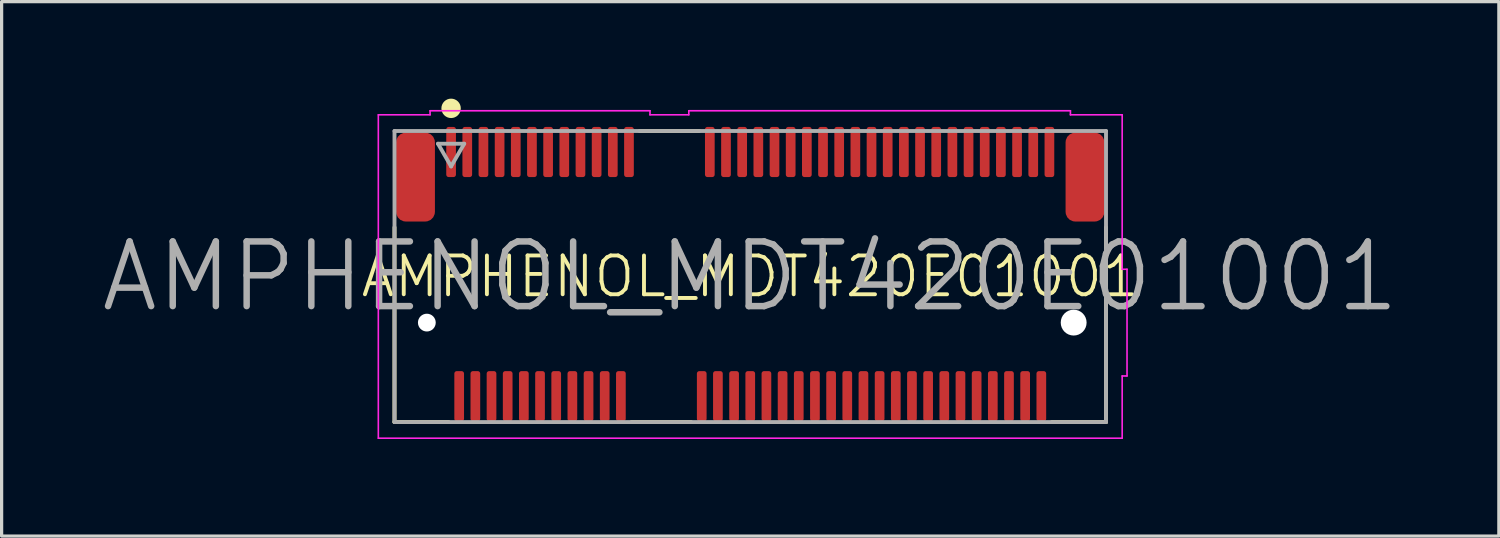
<source format=kicad_pcb>
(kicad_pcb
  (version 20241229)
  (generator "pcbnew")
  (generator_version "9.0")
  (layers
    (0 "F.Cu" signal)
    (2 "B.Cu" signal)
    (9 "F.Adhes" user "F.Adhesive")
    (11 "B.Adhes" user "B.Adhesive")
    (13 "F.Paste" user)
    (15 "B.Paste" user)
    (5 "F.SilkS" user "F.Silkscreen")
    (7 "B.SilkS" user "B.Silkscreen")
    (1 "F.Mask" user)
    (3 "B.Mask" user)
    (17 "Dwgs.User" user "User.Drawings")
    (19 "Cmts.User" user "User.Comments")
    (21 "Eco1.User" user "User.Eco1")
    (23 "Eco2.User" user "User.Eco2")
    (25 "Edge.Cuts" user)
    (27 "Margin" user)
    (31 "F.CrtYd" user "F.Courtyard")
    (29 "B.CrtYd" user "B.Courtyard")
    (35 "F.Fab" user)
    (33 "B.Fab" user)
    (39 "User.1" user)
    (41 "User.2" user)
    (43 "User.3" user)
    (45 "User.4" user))
  (footprint "AMPHENOL_MDT420E01001"
    (layer "F.Cu")
    (at 20.148 5.5)
    (property "Reference" "AMPHENOL_MDT420E01001" (at 0 0 0) (layer "F.SilkS") (effects (font (size 1.2 1.2) (thickness 0.12))))
    (attr through_hole)
    (fp_line (start -11 4.5) (end -11 -1.52) (stroke (width 0.12) (type solid)) (layer "F.SilkS"))
    (fp_line (start -9.33 4.5) (end -11 4.5) (stroke (width 0.12) (type solid)) (layer "F.SilkS"))
    (fp_line (start -3.67 4.5) (end -1.83 4.5) (stroke (width 0.12) (type solid)) (layer "F.SilkS"))
    (fp_line (start -3.42 -4.5) (end -1.58 -4.5) (stroke (width 0.12) (type solid)) (layer "F.SilkS"))
    (fp_line (start 11 -1.52) (end 11 4.5) (stroke (width 0.12) (type solid)) (layer "F.SilkS"))
    (fp_line (start 11 4.5) (end 9.33 4.5) (stroke (width 0.12) (type solid)) (layer "F.SilkS"))
    (fp_circle (center -9.25 -5.2) (end -9.25 -5.05) (stroke (width 0.3) (type solid)) (fill no) (layer "F.SilkS"))
    (fp_line (start -11.5 -5) (end -11.5 5) (stroke (width 0.05) (type solid)) (layer "F.CrtYd"))
    (fp_line (start -11.5 5) (end 11.5 5) (stroke (width 0.05) (type solid)) (layer "F.CrtYd"))
    (fp_line (start -9.9 -5.125) (end -9.9 -5) (stroke (width 0.05) (type solid)) (layer "F.CrtYd"))
    (fp_line (start -9.9 -5) (end -11.5 -5) (stroke (width 0.05) (type solid)) (layer "F.CrtYd"))
    (fp_line (start -3.1 -5.125) (end -9.9 -5.125) (stroke (width 0.05) (type solid)) (layer "F.CrtYd"))
    (fp_line (start -3.1 -5) (end -3.1 -5.125) (stroke (width 0.05) (type solid)) (layer "F.CrtYd"))
    (fp_line (start -1.9 -5.125) (end -1.9 -5) (stroke (width 0.05) (type solid)) (layer "F.CrtYd"))
    (fp_line (start -1.9 -5) (end -3.1 -5) (stroke (width 0.05) (type solid)) (layer "F.CrtYd"))
    (fp_line (start 9.9 -5.125) (end -1.9 -5.125) (stroke (width 0.05) (type solid)) (layer "F.CrtYd"))
    (fp_line (start 9.9 -5) (end 9.9 -5.125) (stroke (width 0.05) (type solid)) (layer "F.CrtYd"))
    (fp_line (start 11.5 -5) (end 9.9 -5) (stroke (width 0.05) (type solid)) (layer "F.CrtYd"))
    (fp_line (start 11.5 -0.225) (end 11.5 -5) (stroke (width 0.05) (type solid)) (layer "F.CrtYd"))
    (fp_line (start 11.5 3.075) (end 11.65 3.075) (stroke (width 0.05) (type solid)) (layer "F.CrtYd"))
    (fp_line (start 11.5 5) (end 11.5 3.075) (stroke (width 0.05) (type solid)) (layer "F.CrtYd"))
    (fp_line (start 11.65 -0.225) (end 11.5 -0.225) (stroke (width 0.05) (type solid)) (layer "F.CrtYd"))
    (fp_line (start 11.65 3.075) (end 11.65 -0.225) (stroke (width 0.05) (type solid)) (layer "F.CrtYd"))
    (fp_line (start -11 -4.5) (end 11 -4.5) (stroke (width 0.12) (type solid)) (layer "F.Fab"))
    (fp_line (start -11 4.5) (end -11 -4.5) (stroke (width 0.12) (type solid)) (layer "F.Fab"))
    (fp_line (start -9.655 -4.106) (end -9.25 -3.405) (stroke (width 0.12) (type solid)) (layer "F.Fab"))
    (fp_line (start -9.25 -3.405) (end -8.845 -4.106) (stroke (width 0.12) (type solid)) (layer "F.Fab"))
    (fp_line (start -8.845 -4.106) (end -9.655 -4.106) (stroke (width 0.12) (type solid)) (layer "F.Fab"))
    (fp_line (start 11 -4.5) (end 11 4.5) (stroke (width 0.12) (type solid)) (layer "F.Fab"))
    (fp_line (start 11 4.5) (end -11 4.5) (stroke (width 0.12) (type solid)) (layer "F.Fab"))
    (fp_text user "${REFERENCE}" (at 0 0 0) (layer "F.Fab") (effects (font (size 2 2) (thickness 0.2))))
    (pad "" np_thru_hole circle (at -10 1.425) (size 0.55 0.55) (drill 1.1) (layers "*.Cu" "*.Mask"))
    (pad "" np_thru_hole circle (at 10 1.425) (size 0.8 0.8) (drill 1.6) (layers "*.Cu" "*.Mask"))
    (pad "1" smd roundrect (at -9.25 -3.85) (size 0.3 1.55) (layers "F.Cu" "F.Mask" "F.Paste") (roundrect_rratio 0.25))
    (pad "2" smd roundrect (at -9 3.7) (size 0.3 1.55) (layers "F.Cu" "F.Mask" "F.Paste") (roundrect_rratio 0.25))
    (pad "3" smd roundrect (at -8.75 -3.85) (size 0.3 1.55) (layers "F.Cu" "F.Mask" "F.Paste") (roundrect_rratio 0.25))
    (pad "4" smd roundrect (at -8.5 3.7) (size 0.3 1.55) (layers "F.Cu" "F.Mask" "F.Paste") (roundrect_rratio 0.25))
    (pad "5" smd roundrect (at -8.25 -3.85) (size 0.3 1.55) (layers "F.Cu" "F.Mask" "F.Paste") (roundrect_rratio 0.25))
    (pad "6" smd roundrect (at -8 3.7) (size 0.3 1.55) (layers "F.Cu" "F.Mask" "F.Paste") (roundrect_rratio 0.25))
    (pad "7" smd roundrect (at -7.75 -3.85) (size 0.3 1.55) (layers "F.Cu" "F.Mask" "F.Paste") (roundrect_rratio 0.25))
    (pad "8" smd roundrect (at -7.5 3.7) (size 0.3 1.55) (layers "F.Cu" "F.Mask" "F.Paste") (roundrect_rratio 0.25))
    (pad "9" smd roundrect (at -7.25 -3.85) (size 0.3 1.55) (layers "F.Cu" "F.Mask" "F.Paste") (roundrect_rratio 0.25))
    (pad "10" smd roundrect (at -7 3.7) (size 0.3 1.55) (layers "F.Cu" "F.Mask" "F.Paste") (roundrect_rratio 0.25))
    (pad "11" smd roundrect (at -6.75 -3.85) (size 0.3 1.55) (layers "F.Cu" "F.Mask" "F.Paste") (roundrect_rratio 0.25))
    (pad "12" smd roundrect (at -6.5 3.7) (size 0.3 1.55) (layers "F.Cu" "F.Mask" "F.Paste") (roundrect_rratio 0.25))
    (pad "13" smd roundrect (at -6.25 -3.85) (size 0.3 1.55) (layers "F.Cu" "F.Mask" "F.Paste") (roundrect_rratio 0.25))
    (pad "14" smd roundrect (at -6 3.7) (size 0.3 1.55) (layers "F.Cu" "F.Mask" "F.Paste") (roundrect_rratio 0.25))
    (pad "15" smd roundrect (at -5.75 -3.85) (size 0.3 1.55) (layers "F.Cu" "F.Mask" "F.Paste") (roundrect_rratio 0.25))
    (pad "16" smd roundrect (at -5.5 3.7) (size 0.3 1.55) (layers "F.Cu" "F.Mask" "F.Paste") (roundrect_rratio 0.25))
    (pad "17" smd roundrect (at -5.25 -3.85) (size 0.3 1.55) (layers "F.Cu" "F.Mask" "F.Paste") (roundrect_rratio 0.25))
    (pad "18" smd roundrect (at -5 3.7) (size 0.3 1.55) (layers "F.Cu" "F.Mask" "F.Paste") (roundrect_rratio 0.25))
    (pad "19" smd roundrect (at -4.75 -3.85) (size 0.3 1.55) (layers "F.Cu" "F.Mask" "F.Paste") (roundrect_rratio 0.25))
    (pad "20" smd roundrect (at -4.5 3.7) (size 0.3 1.55) (layers "F.Cu" "F.Mask" "F.Paste") (roundrect_rratio 0.25))
    (pad "21" smd roundrect (at -4.25 -3.85) (size 0.3 1.55) (layers "F.Cu" "F.Mask" "F.Paste") (roundrect_rratio 0.25))
    (pad "22" smd roundrect (at -4 3.7) (size 0.3 1.55) (layers "F.Cu" "F.Mask" "F.Paste") (roundrect_rratio 0.25))
    (pad "23" smd roundrect (at -3.75 -3.85) (size 0.3 1.55) (layers "F.Cu" "F.Mask" "F.Paste") (roundrect_rratio 0.25))
    (pad "32" smd roundrect (at -1.5 3.7) (size 0.3 1.55) (layers "F.Cu" "F.Mask" "F.Paste") (roundrect_rratio 0.25))
    (pad "33" smd roundrect (at -1.25 -3.85) (size 0.3 1.55) (layers "F.Cu" "F.Mask" "F.Paste") (roundrect_rratio 0.25))
    (pad "34" smd roundrect (at -1 3.7) (size 0.3 1.55) (layers "F.Cu" "F.Mask" "F.Paste") (roundrect_rratio 0.25))
    (pad "35" smd roundrect (at -0.75 -3.85) (size 0.3 1.55) (layers "F.Cu" "F.Mask" "F.Paste") (roundrect_rratio 0.25))
    (pad "36" smd roundrect (at -0.5 3.7) (size 0.3 1.55) (layers "F.Cu" "F.Mask" "F.Paste") (roundrect_rratio 0.25))
    (pad "37" smd roundrect (at -0.25 -3.85) (size 0.3 1.55) (layers "F.Cu" "F.Mask" "F.Paste") (roundrect_rratio 0.25))
    (pad "38" smd roundrect (at 0 3.7) (size 0.3 1.55) (layers "F.Cu" "F.Mask" "F.Paste") (roundrect_rratio 0.25))
    (pad "39" smd roundrect (at 0.25 -3.85) (size 0.3 1.55) (layers "F.Cu" "F.Mask" "F.Paste") (roundrect_rratio 0.25))
    (pad "40" smd roundrect (at 0.5 3.7) (size 0.3 1.55) (layers "F.Cu" "F.Mask" "F.Paste") (roundrect_rratio 0.25))
    (pad "41" smd roundrect (at 0.75 -3.85) (size 0.3 1.55) (layers "F.Cu" "F.Mask" "F.Paste") (roundrect_rratio 0.25))
    (pad "42" smd roundrect (at 1 3.7) (size 0.3 1.55) (layers "F.Cu" "F.Mask" "F.Paste") (roundrect_rratio 0.25))
    (pad "43" smd roundrect (at 1.25 -3.85) (size 0.3 1.55) (layers "F.Cu" "F.Mask" "F.Paste") (roundrect_rratio 0.25))
    (pad "44" smd roundrect (at 1.5 3.7) (size 0.3 1.55) (layers "F.Cu" "F.Mask" "F.Paste") (roundrect_rratio 0.25))
    (pad "45" smd roundrect (at 1.75 -3.85) (size 0.3 1.55) (layers "F.Cu" "F.Mask" "F.Paste") (roundrect_rratio 0.25))
    (pad "46" smd roundrect (at 2 3.7) (size 0.3 1.55) (layers "F.Cu" "F.Mask" "F.Paste") (roundrect_rratio 0.25))
    (pad "47" smd roundrect (at 2.25 -3.85) (size 0.3 1.55) (layers "F.Cu" "F.Mask" "F.Paste") (roundrect_rratio 0.25))
    (pad "48" smd roundrect (at 2.5 3.7) (size 0.3 1.55) (layers "F.Cu" "F.Mask" "F.Paste") (roundrect_rratio 0.25))
    (pad "49" smd roundrect (at 2.75 -3.85) (size 0.3 1.55) (layers "F.Cu" "F.Mask" "F.Paste") (roundrect_rratio 0.25))
    (pad "50" smd roundrect (at 3 3.7) (size 0.3 1.55) (layers "F.Cu" "F.Mask" "F.Paste") (roundrect_rratio 0.25))
    (pad "51" smd roundrect (at 3.25 -3.85) (size 0.3 1.55) (layers "F.Cu" "F.Mask" "F.Paste") (roundrect_rratio 0.25))
    (pad "52" smd roundrect (at 3.5 3.7) (size 0.3 1.55) (layers "F.Cu" "F.Mask" "F.Paste") (roundrect_rratio 0.25))
    (pad "53" smd roundrect (at 3.75 -3.85) (size 0.3 1.55) (layers "F.Cu" "F.Mask" "F.Paste") (roundrect_rratio 0.25))
    (pad "54" smd roundrect (at 4 3.7) (size 0.3 1.55) (layers "F.Cu" "F.Mask" "F.Paste") (roundrect_rratio 0.25))
    (pad "55" smd roundrect (at 4.25 -3.85) (size 0.3 1.55) (layers "F.Cu" "F.Mask" "F.Paste") (roundrect_rratio 0.25))
    (pad "56" smd roundrect (at 4.5 3.7) (size 0.3 1.55) (layers "F.Cu" "F.Mask" "F.Paste") (roundrect_rratio 0.25))
    (pad "57" smd roundrect (at 4.75 -3.85) (size 0.3 1.55) (layers "F.Cu" "F.Mask" "F.Paste") (roundrect_rratio 0.25))
    (pad "58" smd roundrect (at 5 3.7) (size 0.3 1.55) (layers "F.Cu" "F.Mask" "F.Paste") (roundrect_rratio 0.25))
    (pad "59" smd roundrect (at 5.25 -3.85) (size 0.3 1.55) (layers "F.Cu" "F.Mask" "F.Paste") (roundrect_rratio 0.25))
    (pad "60" smd roundrect (at 5.5 3.7) (size 0.3 1.55) (layers "F.Cu" "F.Mask" "F.Paste") (roundrect_rratio 0.25))
    (pad "61" smd roundrect (at 5.75 -3.85) (size 0.3 1.55) (layers "F.Cu" "F.Mask" "F.Paste") (roundrect_rratio 0.25))
    (pad "62" smd roundrect (at 6 3.7) (size 0.3 1.55) (layers "F.Cu" "F.Mask" "F.Paste") (roundrect_rratio 0.25))
    (pad "63" smd roundrect (at 6.25 -3.85) (size 0.3 1.55) (layers "F.Cu" "F.Mask" "F.Paste") (roundrect_rratio 0.25))
    (pad "64" smd roundrect (at 6.5 3.7) (size 0.3 1.55) (layers "F.Cu" "F.Mask" "F.Paste") (roundrect_rratio 0.25))
    (pad "65" smd roundrect (at 6.75 -3.85) (size 0.3 1.55) (layers "F.Cu" "F.Mask" "F.Paste") (roundrect_rratio 0.25))
    (pad "66" smd roundrect (at 7 3.7) (size 0.3 1.55) (layers "F.Cu" "F.Mask" "F.Paste") (roundrect_rratio 0.25))
    (pad "67" smd roundrect (at 7.25 -3.85) (size 0.3 1.55) (layers "F.Cu" "F.Mask" "F.Paste") (roundrect_rratio 0.25))
    (pad "68" smd roundrect (at 7.5 3.7) (size 0.3 1.55) (layers "F.Cu" "F.Mask" "F.Paste") (roundrect_rratio 0.25))
    (pad "69" smd roundrect (at 7.75 -3.85) (size 0.3 1.55) (layers "F.Cu" "F.Mask" "F.Paste") (roundrect_rratio 0.25))
    (pad "70" smd roundrect (at 8 3.7) (size 0.3 1.55) (layers "F.Cu" "F.Mask" "F.Paste") (roundrect_rratio 0.25))
    (pad "71" smd roundrect (at 8.25 -3.85) (size 0.3 1.55) (layers "F.Cu" "F.Mask" "F.Paste") (roundrect_rratio 0.25))
    (pad "72" smd roundrect (at 8.5 3.7) (size 0.3 1.55) (layers "F.Cu" "F.Mask" "F.Paste") (roundrect_rratio 0.25))
    (pad "73" smd roundrect (at 8.75 -3.85) (size 0.3 1.55) (layers "F.Cu" "F.Mask" "F.Paste") (roundrect_rratio 0.25))
    (pad "74" smd roundrect (at 9 3.7) (size 0.3 1.55) (layers "F.Cu" "F.Mask" "F.Paste") (roundrect_rratio 0.25))
    (pad "75" smd roundrect (at 9.25 -3.85) (size 0.3 1.55) (layers "F.Cu" "F.Mask" "F.Paste") (roundrect_rratio 0.25))
    (pad "M1" smd roundrect (at -10.35 -3.075) (size 1.2 2.75) (layers "F.Cu" "F.Mask" "F.Paste") (roundrect_rratio 0.25))
    (pad "M2" smd roundrect (at 10.35 -3.075) (size 1.2 2.75) (layers "F.Cu" "F.Mask" "F.Paste") (roundrect_rratio 0.25)))
  (gr_rect
    (start -3 -3)
    (end 43.295 13.525)
    (stroke (width 0.1) (type default))
    (fill no)
    (layer "Edge.Cuts")))
</source>
